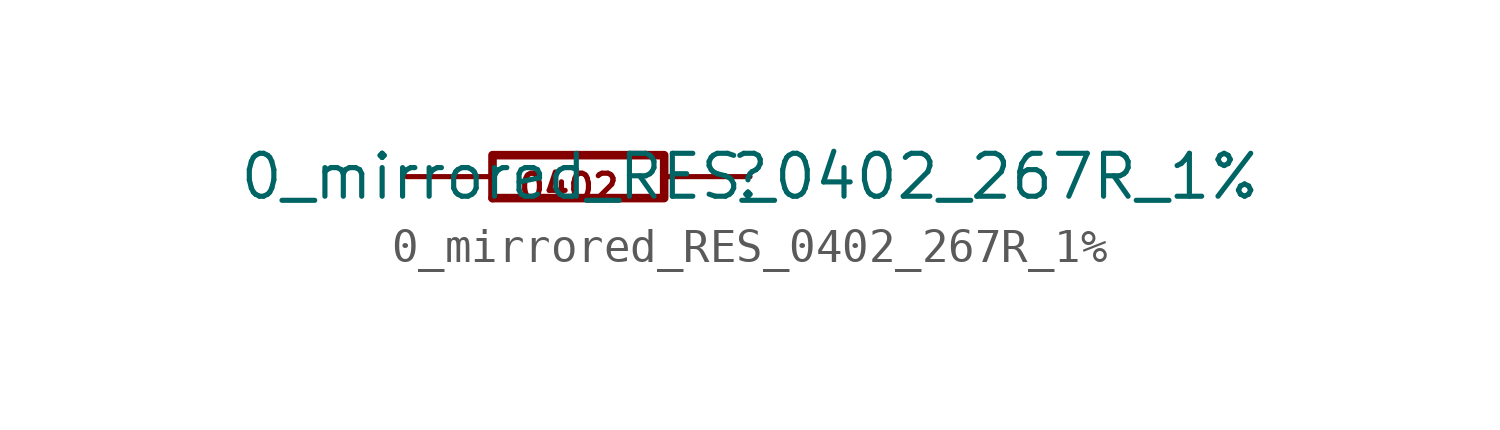
<source format=kicad_sym>
(kicad_symbol_lib
  (version 20211014)
  (generator kicad_symbol_editor)
  (symbol "0_mirrored_RES_0402_267R_1%"
    (property "Reference" ""
      (at 0 0 0)
      (effects (font (size 1.27 1.27))))
    (property "Value" "0_mirrored_RES_0402_267R_1%"
      (at 0 0 0)
      (effects (font (size 1.27 1.27))))
    (symbol "0_mirrored_RES_0402_267R_1%_1_0"
      (polyline (pts (xy -7.62 -0.635) (xy -7.62 0)) (stroke (width 0.254) (type default) (color 0 0 0 0)) (fill (type none)))
      (polyline (pts (xy -7.62 0) (xy -7.62 0.635) (xy -2.54 0.635) (xy -2.54 -0.635) (xy -7.62 -0.635)) (stroke (width 0.254) (type default) (color 0 0 0 0)) (fill (type none)))
      (text "0402" (at -3.81 -0.762 0) (effects (font (size 0.762 0.762)) (justify right bottom)))
      (pin passive line (at 0 0 180) (length 2.54) (name "1" (effects (font (size 0 0)))) (number "1" (effects (font (size 0 0)))))
      (pin passive line (at -10.16 0 0) (length 2.54) (name "2" (effects (font (size 0 0)))) (number "2" (effects (font (size 0 0))))))))
</source>
